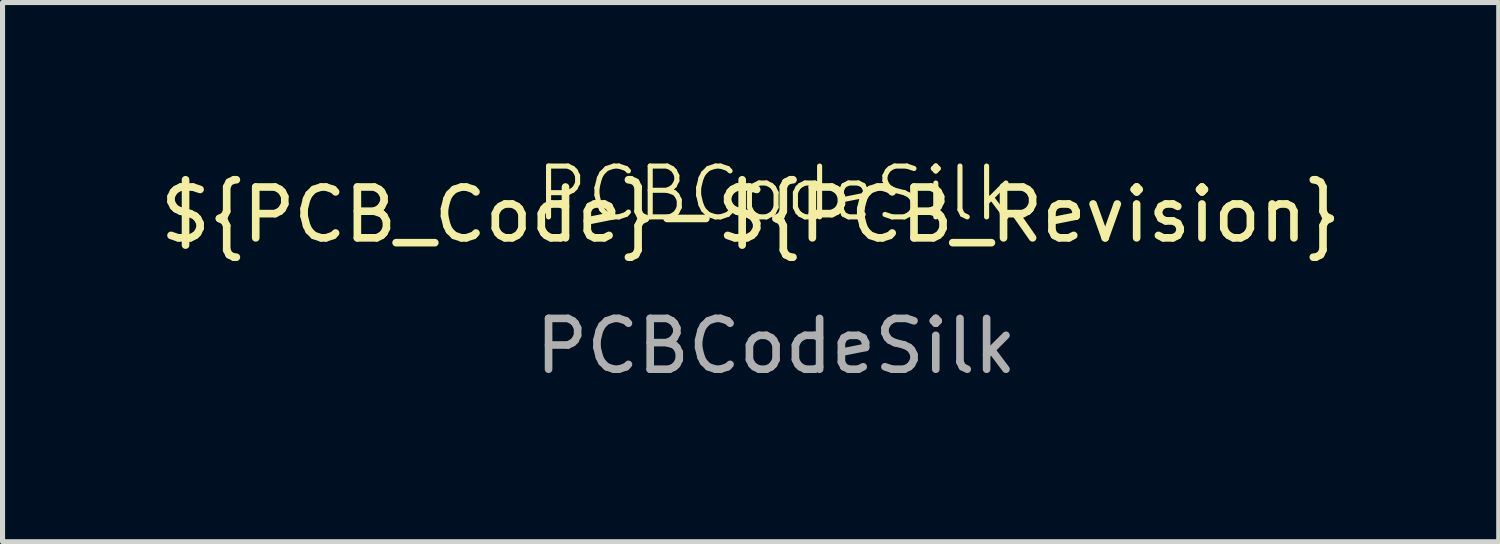
<source format=kicad_pcb>
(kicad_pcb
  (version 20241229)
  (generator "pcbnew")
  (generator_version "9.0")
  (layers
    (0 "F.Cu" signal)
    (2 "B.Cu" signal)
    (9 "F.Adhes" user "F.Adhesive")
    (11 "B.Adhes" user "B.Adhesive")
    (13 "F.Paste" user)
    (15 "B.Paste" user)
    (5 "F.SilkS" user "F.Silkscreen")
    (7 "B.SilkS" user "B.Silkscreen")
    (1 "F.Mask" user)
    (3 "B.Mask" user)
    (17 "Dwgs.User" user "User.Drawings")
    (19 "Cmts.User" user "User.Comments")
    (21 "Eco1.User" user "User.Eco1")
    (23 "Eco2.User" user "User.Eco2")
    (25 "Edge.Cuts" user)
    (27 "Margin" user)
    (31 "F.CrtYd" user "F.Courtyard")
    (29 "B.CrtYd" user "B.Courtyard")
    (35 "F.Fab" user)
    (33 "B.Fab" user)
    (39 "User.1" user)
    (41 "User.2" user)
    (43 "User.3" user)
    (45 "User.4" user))
  (footprint "PCBCodeSilk"
    (layer "F.Cu")
    (at 12.22 1.26)
    (property "Reference" "PCBCodeSilk" (at 0 -0.5 0) (unlocked yes) (layer "F.SilkS") (effects (font (size 1 1) (thickness 0.1))))
    (fp_text user "${PCB_Code}-${PCB_Revision}" (at -0.5 0.5 0) (unlocked yes) (layer "F.SilkS") (effects (font (size 1 1) (thickness 0.15)) (justify bottom)))
    (fp_text user "${REFERENCE}" (at 0 2.5 0) (unlocked yes) (layer "F.Fab") (effects (font (size 1 1) (thickness 0.15)))))
  (gr_rect
    (start -3 -3)
    (end 26.44 7.609)
    (stroke (width 0.1) (type default))
    (fill no)
    (layer "Edge.Cuts")))
</source>
